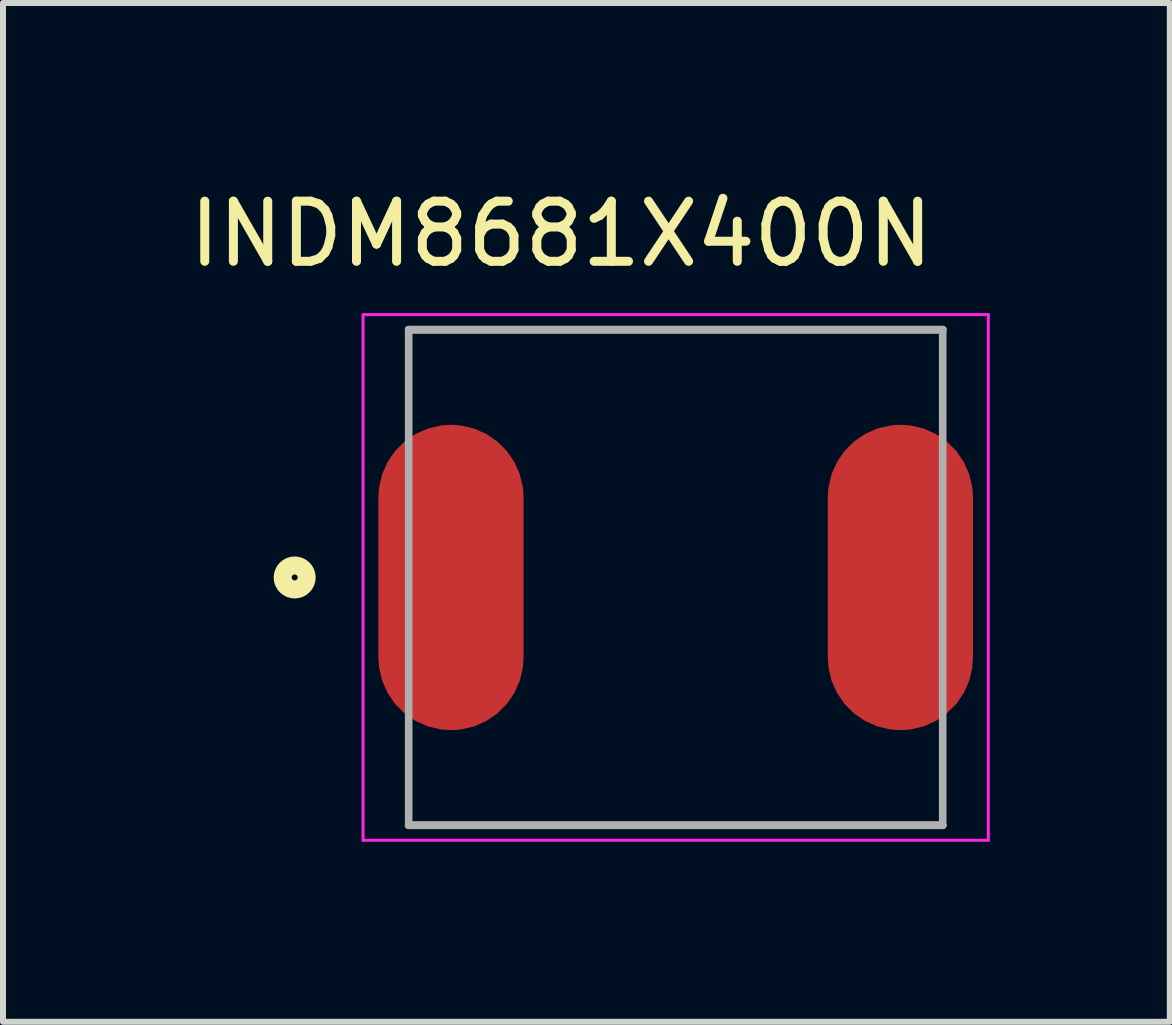
<source format=kicad_pcb>
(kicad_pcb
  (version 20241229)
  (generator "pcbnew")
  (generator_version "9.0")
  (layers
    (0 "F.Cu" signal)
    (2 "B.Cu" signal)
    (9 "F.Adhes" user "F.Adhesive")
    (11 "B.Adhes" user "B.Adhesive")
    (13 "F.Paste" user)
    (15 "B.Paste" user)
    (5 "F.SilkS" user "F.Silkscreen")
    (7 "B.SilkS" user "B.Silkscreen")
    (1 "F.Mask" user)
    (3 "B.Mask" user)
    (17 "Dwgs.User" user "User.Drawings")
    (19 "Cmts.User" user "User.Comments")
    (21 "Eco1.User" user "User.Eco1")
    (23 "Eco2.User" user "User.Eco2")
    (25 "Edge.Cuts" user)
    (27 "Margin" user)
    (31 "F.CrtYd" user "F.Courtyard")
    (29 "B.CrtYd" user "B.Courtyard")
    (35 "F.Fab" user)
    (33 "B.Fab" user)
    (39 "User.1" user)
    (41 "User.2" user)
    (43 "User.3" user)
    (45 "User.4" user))
  (footprint "INDM8681X400N"
    (layer "F.Cu")
    (at 8.211 6.574)
    (property "Reference" "INDM8681X400N" (at -1.908 -5.725 0) (layer "F.SilkS") (effects (font (size 1.002 1.002) (thickness 0.15))))
    (attr smd)
    (fp_line (start -4.45 4.13) (end 4.45 4.13) (stroke (width 0.127) (type solid)) (layer "F.SilkS"))
    (fp_line (start 4.45 -4.13) (end -4.45 -4.13) (stroke (width 0.127) (type solid)) (layer "F.SilkS"))
    (fp_circle (center -6.35 0) (end -6.15 0) (stroke (width 0.3) (type solid)) (fill no) (layer "F.SilkS"))
    (fp_line (start -5.21 -4.38) (end 5.21 -4.38) (stroke (width 0.05) (type solid)) (layer "F.CrtYd"))
    (fp_line (start -5.21 4.38) (end -5.21 -4.38) (stroke (width 0.05) (type solid)) (layer "F.CrtYd"))
    (fp_line (start 5.21 -4.38) (end 5.21 4.38) (stroke (width 0.05) (type solid)) (layer "F.CrtYd"))
    (fp_line (start 5.21 4.38) (end -5.21 4.38) (stroke (width 0.05) (type solid)) (layer "F.CrtYd"))
    (fp_line (start -4.45 -4.13) (end -4.45 4.13) (stroke (width 0.127) (type solid)) (layer "F.Fab"))
    (fp_line (start -4.45 4.13) (end 4.45 4.13) (stroke (width 0.127) (type solid)) (layer "F.Fab"))
    (fp_line (start 4.45 -4.13) (end -4.45 -4.13) (stroke (width 0.127) (type solid)) (layer "F.Fab"))
    (fp_line (start 4.45 4.13) (end 4.45 -4.13) (stroke (width 0.127) (type solid)) (layer "F.Fab"))
    (pad "1" smd roundrect (at -3.745 0 90) (size 5.09 2.42) (layers "F.Cu" "F.Mask" "F.Paste") (roundrect_rratio 0.5))
    (pad "2" smd roundrect (at 3.745 0 90) (size 5.09 2.42) (layers "F.Cu" "F.Mask" "F.Paste") (roundrect_rratio 0.5)))
  (gr_rect
    (start -3 -3)
    (end 16.446 13.979)
    (stroke (width 0.1) (type default))
    (fill no)
    (layer "Edge.Cuts")))
</source>
